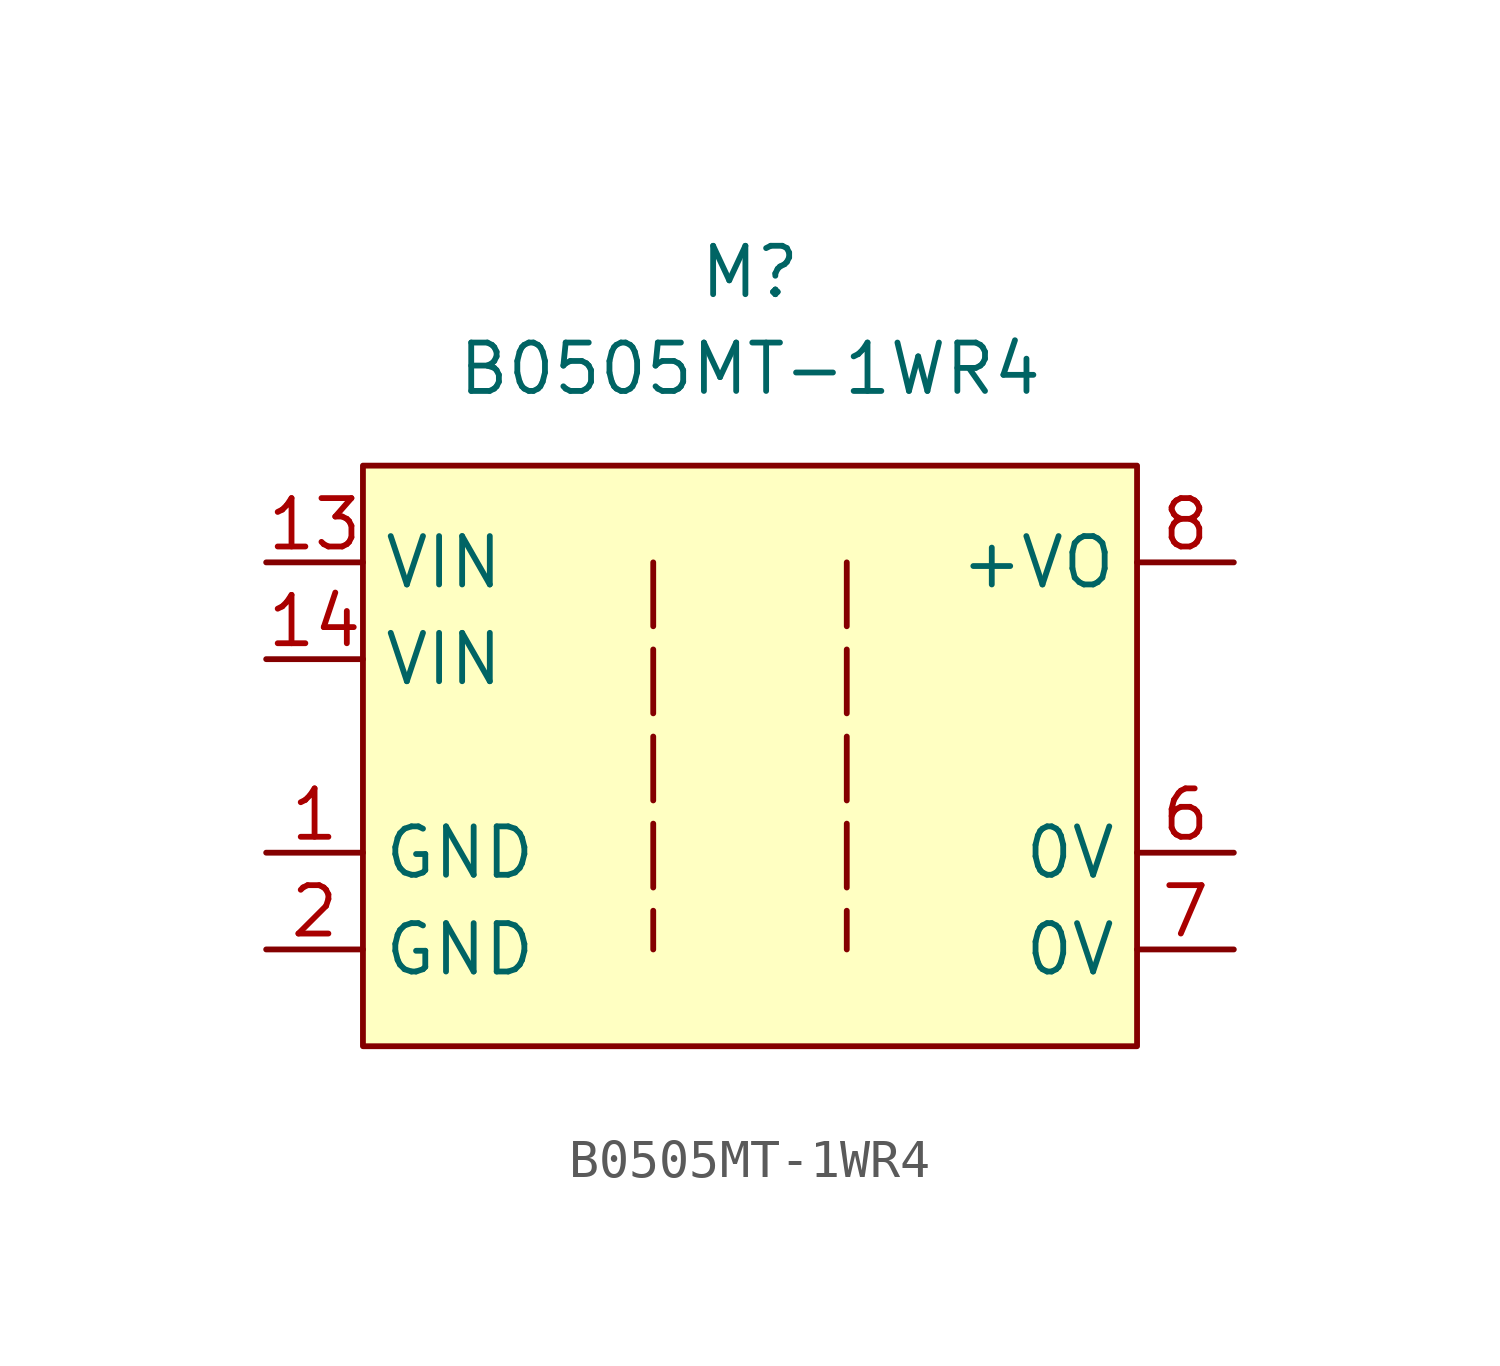
<source format=kicad_sym>
(kicad_symbol_lib
  (version 20241209)
  (generator "kicad_symbol_editor")
  (generator_version "9.0")
  (symbol "B0505MT-1WR4"
    (property "Reference" "M"
      (at 0 5.08 0)
      (effects (font (size 1.27 1.27))))
    (property "Value" "B0505MT-1WR4"
      (at 0 2.54 0)
      (effects (font (size 1.27 1.27))))
    (symbol "B0505MT-1WR4_0_1"
      (polyline (pts (xy -2.54 -2.54) (xy -2.54 -12.7)) (stroke (width 0) (type dash)) (fill (type none)))
      (polyline (pts (xy 2.54 -2.54) (xy 2.54 -12.7)) (stroke (width 0) (type dash)) (fill (type none))))
    (symbol "B0505MT-1WR4_1_1"
      (rectangle (start -10.16 0) (end 10.16 -15.24) (stroke (width 0) (type solid)) (fill (type background)))
      (pin power_in line (at -12.7 -2.54 0) (length 2.54) (name "VIN" (effects (font (size 1.27 1.27)))) (number "13" (effects (font (size 1.27 1.27)))))
      (pin power_in line (at -12.7 -5.08 0) (length 2.54) (name "VIN" (effects (font (size 1.27 1.27)))) (number "14" (effects (font (size 1.27 1.27)))))
      (pin power_in line (at -12.7 -10.16 0) (length 2.54) (name "GND" (effects (font (size 1.27 1.27)))) (number "1" (effects (font (size 1.27 1.27)))))
      (pin power_in line (at -12.7 -12.7 0) (length 2.54) (name "GND" (effects (font (size 1.27 1.27)))) (number "2" (effects (font (size 1.27 1.27)))))
      (pin power_out line (at 12.7 -2.54 180) (length 2.54) (name "+VO" (effects (font (size 1.27 1.27)))) (number "8" (effects (font (size 1.27 1.27)))))
      (pin power_out line (at 12.7 -10.16 180) (length 2.54) (name "0V" (effects (font (size 1.27 1.27)))) (number "6" (effects (font (size 1.27 1.27)))))
      (pin power_out line (at 12.7 -12.7 180) (length 2.54) (name "0V" (effects (font (size 1.27 1.27)))) (number "7" (effects (font (size 1.27 1.27))))))))
</source>
